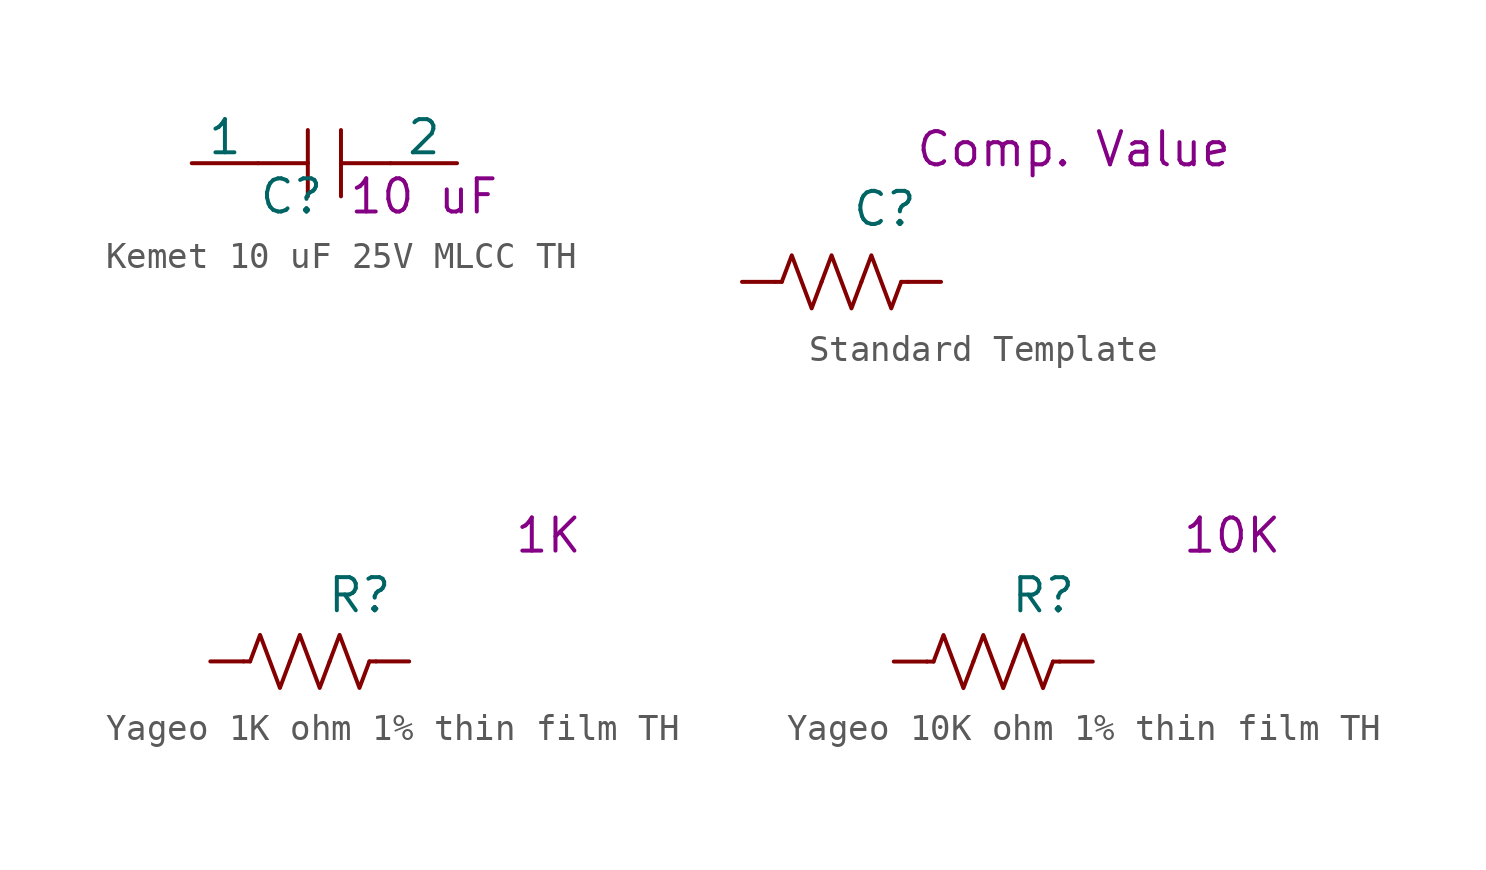
<source format=kicad_sym>
(kicad_symbol_lib
  (version 20211014)
  (generator kicad_symbol_editor)
  (symbol "Kemet 10 uF 25V MLCC TH"
    (pin_numbers hide)
    (pin_names
      (offset 0))
    (property "Reference" "C"
      (at -2.54 -1.27 0)
      (effects (font (size 1.27 1.27)) (justify left)))
    (property "Component Value" "10 uF"
      (at 3.81 -1.27 0)
      (effects (font (size 1.27 1.27))))
    (symbol "Kemet 10 uF 25V MLCC TH_0_1"
      (polyline (pts (xy -0.635 -1.27) (xy -0.635 1.27)) (stroke (width 0) (type default) (color 0 0 0 0)) (fill (type none)))
      (polyline (pts (xy -0.635 0) (xy -2.54 0)) (stroke (width 0) (type default) (color 0 0 0 0)) (fill (type none)))
      (polyline (pts (xy 0.635 -1.27) (xy 0.635 1.27)) (stroke (width 0) (type default) (color 0 0 0 0)) (fill (type none)))
      (polyline (pts (xy 0.635 0) (xy 2.54 0)) (stroke (width 0) (type default) (color 0 0 0 0)) (fill (type none))))
    (symbol "Kemet 10 uF 25V MLCC TH_1_1"
      (pin passive line (at -5.08 0 0) (length 2.54) (name "1" (effects (font (size 1.27 1.27)))) (number "1" (effects (font (size 1.27 1.27)))))
      (pin passive line (at 5.08 0 180) (length 2.54) (name "2" (effects (font (size 1.27 1.27)))) (number "2" (effects (font (size 1.27 1.27)))))))
  (symbol "Standard Template"
    (pin_numbers hide)
    (pin_names
      (offset 0))
    (property "Reference" "C"
      (at 0.635 2.54 0)
      (effects (font (size 1.27 1.27)) (justify left)))
    (property "Component Value" "Comp. Value"
      (at 9.144 4.826 0)
      (effects (font (size 1.27 1.27))))
    (symbol "Standard Template_0_1"
      (polyline (pts (xy -2.032 -0.254) (xy -2.286 -0.254)) (stroke (width 0) (type default) (color 0 0 0 0)) (fill (type none)))
      (polyline (pts (xy 2.54 -0.254) (xy 2.794 -0.254)) (stroke (width 0) (type default) (color 0 0 0 0)) (fill (type none)))
      (polyline (pts (xy -0.508 -0.254) (xy -0.889 -1.27) (xy -1.27 -0.254) (xy -1.651 0.762) (xy -2.032 -0.254)) (stroke (width 0) (type default) (color 0 0 0 0)) (fill (type none)))
      (polyline (pts (xy 1.016 -0.254) (xy 0.635 -1.27) (xy 0.254 -0.254) (xy -0.127 0.762) (xy -0.508 -0.254)) (stroke (width 0) (type default) (color 0 0 0 0)) (fill (type none)))
      (polyline (pts (xy 2.54 -0.254) (xy 2.159 -1.27) (xy 1.778 -0.254) (xy 1.397 0.762) (xy 1.016 -0.254)) (stroke (width 0) (type default) (color 0 0 0 0)) (fill (type none))))
    (symbol "Standard Template_1_1"
      (pin passive line (at 4.064 -0.254 180) (length 1.27) (name "~" (effects (font (size 1.27 1.27)))) (number "1" (effects (font (size 1.27 1.27)))))
      (pin passive line (at -3.556 -0.254 0) (length 1.27) (name "~" (effects (font (size 1.27 1.27)))) (number "2" (effects (font (size 1.27 1.27)))))))
  (symbol "Yageo 1K ohm 1% thin film TH"
    (pin_numbers hide)
    (pin_names
      (offset 0))
    (property "Reference" "R"
      (at 0.635 2.54 0)
      (effects (font (size 1.27 1.27)) (justify left)))
    (property "Component Value" "1K"
      (at 9.144 4.826 0)
      (effects (font (size 1.27 1.27))))
    (symbol "Yageo 1K ohm 1% thin film TH_0_1"
      (polyline (pts (xy -2.286 0) (xy -2.54 0)) (stroke (width 0) (type default) (color 0 0 0 0)) (fill (type none)))
      (polyline (pts (xy 2.286 0) (xy 2.54 0)) (stroke (width 0) (type default) (color 0 0 0 0)) (fill (type none)))
      (polyline (pts (xy -0.762 0) (xy -1.143 -1.016) (xy -1.524 0) (xy -1.905 1.016) (xy -2.286 0)) (stroke (width 0) (type default) (color 0 0 0 0)) (fill (type none)))
      (polyline (pts (xy 0.762 0) (xy 0.381 -1.016) (xy 0 0) (xy -0.381 1.016) (xy -0.762 0)) (stroke (width 0) (type default) (color 0 0 0 0)) (fill (type none)))
      (polyline (pts (xy 2.286 0) (xy 1.905 -1.016) (xy 1.524 0) (xy 1.143 1.016) (xy 0.762 0)) (stroke (width 0) (type default) (color 0 0 0 0)) (fill (type none))))
    (symbol "Yageo 1K ohm 1% thin film TH_1_1"
      (pin passive line (at 3.81 0 180) (length 1.27) (name "~" (effects (font (size 1.27 1.27)))) (number "1" (effects (font (size 1.27 1.27)))))
      (pin passive line (at -3.81 0 0) (length 1.27) (name "~" (effects (font (size 1.27 1.27)))) (number "2" (effects (font (size 1.27 1.27)))))))
  (symbol "Yageo 10K ohm 1% thin film TH"
    (pin_numbers hide)
    (pin_names
      (offset 0))
    (property "Reference" "R"
      (at 0.635 2.54 0)
      (effects (font (size 1.27 1.27)) (justify left)))
    (property "Component Value" "10K"
      (at 9.144 4.826 0)
      (effects (font (size 1.27 1.27))))
    (symbol "Yageo 10K ohm 1% thin film TH_0_1"
      (polyline (pts (xy -2.286 0) (xy -2.54 0)) (stroke (width 0) (type default) (color 0 0 0 0)) (fill (type none)))
      (polyline (pts (xy 2.286 0) (xy 2.54 0)) (stroke (width 0) (type default) (color 0 0 0 0)) (fill (type none)))
      (polyline (pts (xy -0.762 0) (xy -1.143 -1.016) (xy -1.524 0) (xy -1.905 1.016) (xy -2.286 0)) (stroke (width 0) (type default) (color 0 0 0 0)) (fill (type none)))
      (polyline (pts (xy 0.762 0) (xy 0.381 -1.016) (xy 0 0) (xy -0.381 1.016) (xy -0.762 0)) (stroke (width 0) (type default) (color 0 0 0 0)) (fill (type none)))
      (polyline (pts (xy 2.286 0) (xy 1.905 -1.016) (xy 1.524 0) (xy 1.143 1.016) (xy 0.762 0)) (stroke (width 0) (type default) (color 0 0 0 0)) (fill (type none))))
    (symbol "Yageo 10K ohm 1% thin film TH_1_1"
      (pin passive line (at 3.81 0 180) (length 1.27) (name "~" (effects (font (size 1.27 1.27)))) (number "1" (effects (font (size 1.27 1.27)))))
      (pin passive line (at -3.81 0 0) (length 1.27) (name "~" (effects (font (size 1.27 1.27)))) (number "2" (effects (font (size 1.27 1.27))))))))
</source>
